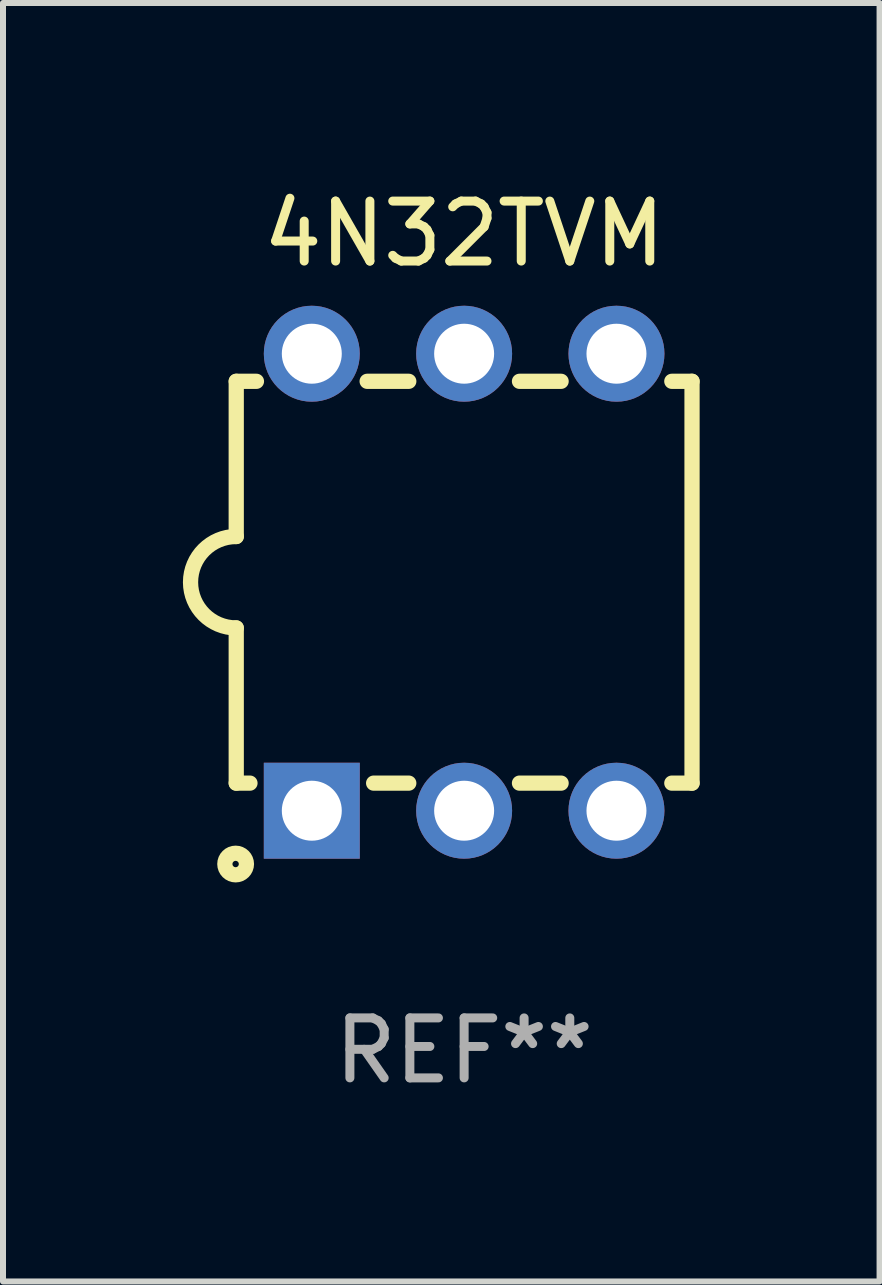
<source format=kicad_pcb>
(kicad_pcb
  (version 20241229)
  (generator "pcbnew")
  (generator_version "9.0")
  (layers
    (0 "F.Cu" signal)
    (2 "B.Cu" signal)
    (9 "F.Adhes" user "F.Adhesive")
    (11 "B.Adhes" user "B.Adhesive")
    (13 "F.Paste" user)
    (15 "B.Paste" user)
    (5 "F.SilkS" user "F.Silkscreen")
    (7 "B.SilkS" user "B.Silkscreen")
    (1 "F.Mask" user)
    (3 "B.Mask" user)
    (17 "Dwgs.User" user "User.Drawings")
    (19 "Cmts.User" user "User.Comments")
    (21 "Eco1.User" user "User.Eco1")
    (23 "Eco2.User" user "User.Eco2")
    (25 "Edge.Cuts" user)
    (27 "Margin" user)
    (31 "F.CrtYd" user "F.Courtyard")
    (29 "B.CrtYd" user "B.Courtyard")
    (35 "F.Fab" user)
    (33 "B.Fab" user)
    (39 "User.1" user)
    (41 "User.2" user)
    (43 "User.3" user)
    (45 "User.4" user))
  (footprint "4N32TVM"
    (layer "F.Cu")
    (at 4.689 6.658)
    (property "Reference" "4N32TVM" (at 0 -5.81 0) (layer "F.SilkS") (effects (font (size 1 1) (thickness 0.15))))
    (attr through_hole)
    (fp_line (start -3.8 3.35) (end -3.8 0.762) (stroke (width 0.254) (type solid)) (layer "F.SilkS"))
    (fp_line (start -3.8 3.35) (end -3.571 3.35) (stroke (width 0.254) (type solid)) (layer "F.SilkS"))
    (fp_line (start -3.8 -3.35) (end -3.8 -0.762) (stroke (width 0.254) (type solid)) (layer "F.SilkS"))
    (fp_line (start -3.8 -3.35) (end -3.463 -3.35) (stroke (width 0.254) (type solid)) (layer "F.SilkS"))
    (fp_line (start -1.617 -3.35) (end -0.923 -3.35) (stroke (width 0.254) (type solid)) (layer "F.SilkS"))
    (fp_line (start -1.509 3.35) (end -0.923 3.35) (stroke (width 0.254) (type solid)) (layer "F.SilkS"))
    (fp_line (start 0.923 -3.35) (end 1.617 -3.35) (stroke (width 0.254) (type solid)) (layer "F.SilkS"))
    (fp_line (start 0.923 3.35) (end 1.617 3.35) (stroke (width 0.254) (type solid)) (layer "F.SilkS"))
    (fp_line (start 3.463 -3.35) (end 3.8 -3.35) (stroke (width 0.254) (type solid)) (layer "F.SilkS"))
    (fp_line (start 3.463 3.35) (end 3.8 3.35) (stroke (width 0.254) (type solid)) (layer "F.SilkS"))
    (fp_line (start 3.8 -3.35) (end 3.8 3.35) (stroke (width 0.254) (type solid)) (layer "F.SilkS"))
    (fp_arc (start -3.800013 0.762002) (mid -4.561837 -0.000089) (end -3.799835 -0.762002) (stroke (width 0.254001) (type solid)) (layer "F.SilkS"))
    (fp_circle (center -3.81 4.699) (end -3.63 4.699) (stroke (width 0.254) (type solid)) (fill no) (layer "F.SilkS"))
    (fp_text user "REF**" (at 0 7.81 0) (layer "F.Fab") (effects (font (size 1 1) (thickness 0.15))))
    (pad "1" thru_hole rect (at -2.54 3.81) (size 1.6 1.6) (drill 1) (layers "*.Cu" "*.Mask"))
    (pad "2" thru_hole circle (at 0.000013 3.81) (size 1.6 1.6) (drill 1) (layers "*.Cu" "*.Mask"))
    (pad "3" thru_hole circle (at 2.54 3.81) (size 1.6 1.6) (drill 1) (layers "*.Cu" "*.Mask"))
    (pad "4" thru_hole circle (at 2.54 -3.81) (size 1.6 1.6) (drill 1) (layers "*.Cu" "*.Mask"))
    (pad "5" thru_hole circle (at 0.000013 -3.81) (size 1.6 1.6) (drill 1) (layers "*.Cu" "*.Mask"))
    (pad "6" thru_hole circle (at -2.54 -3.81) (size 1.6 1.6) (drill 1) (layers "*.Cu" "*.Mask")))
  (gr_rect
    (start -3 -3)
    (end 11.616 18.317)
    (stroke (width 0.1) (type default))
    (fill no)
    (layer "Edge.Cuts")))
</source>
